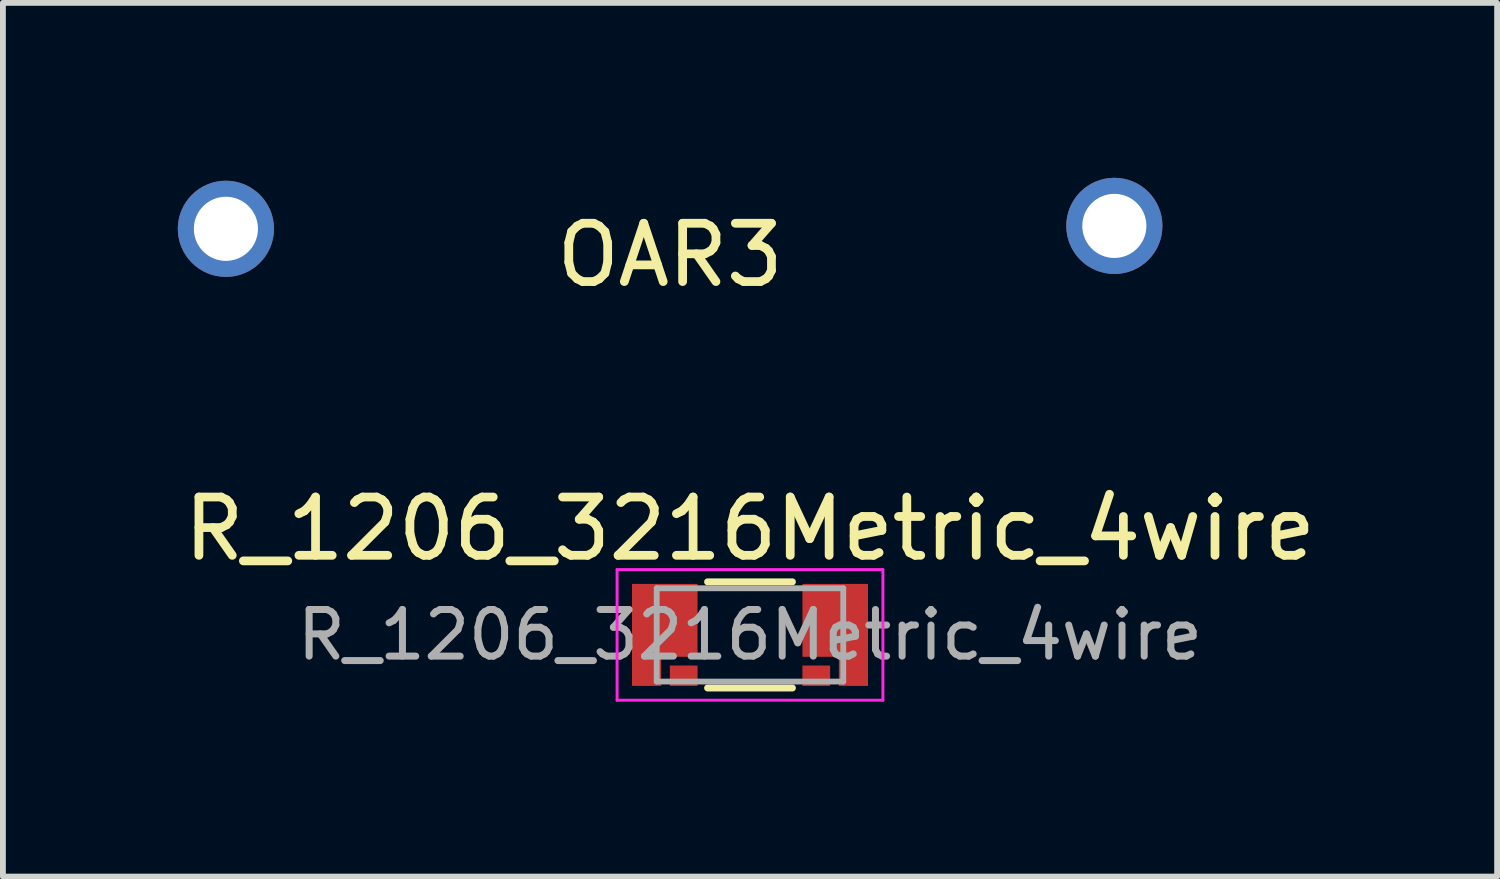
<source format=kicad_pcb>
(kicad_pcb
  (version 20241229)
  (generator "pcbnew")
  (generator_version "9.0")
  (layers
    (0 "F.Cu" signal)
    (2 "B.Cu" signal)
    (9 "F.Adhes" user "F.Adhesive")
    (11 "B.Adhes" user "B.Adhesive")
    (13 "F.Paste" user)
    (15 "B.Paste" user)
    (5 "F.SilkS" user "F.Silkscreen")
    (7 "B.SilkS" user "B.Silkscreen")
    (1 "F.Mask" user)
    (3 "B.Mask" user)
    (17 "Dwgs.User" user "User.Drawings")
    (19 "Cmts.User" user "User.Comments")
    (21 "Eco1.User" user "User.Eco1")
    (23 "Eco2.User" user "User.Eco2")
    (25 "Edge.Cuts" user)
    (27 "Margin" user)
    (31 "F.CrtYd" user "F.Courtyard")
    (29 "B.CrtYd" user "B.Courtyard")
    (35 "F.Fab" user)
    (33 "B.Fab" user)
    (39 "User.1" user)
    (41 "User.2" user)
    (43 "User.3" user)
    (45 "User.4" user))
  (footprint "OAR3"
    (layer "F.Cu")
    (at 8.445 0.825)
    (property "Reference" "OAR3" (at 0 0.5 0) (layer "F.SilkS") (effects (font (size 1 1) (thickness 0.15))))
    (attr through_hole)
    (pad "1" thru_hole circle (at -7.62 0.05) (size 1.65 1.65) (drill 1.1) (layers "*.Cu" "*.Mask"))
    (pad "2" thru_hole circle (at 7.62 0) (size 1.65 1.65) (drill 1.1) (layers "*.Cu" "*.Mask")))
  (footprint "R_1206_3216Metric_4wire"
    (layer "F.Cu")
    (at 9.815 7.841)
    (property "Reference" "R_1206_3216Metric_4wire" (at 0 -1.82 0) (layer "F.SilkS") (effects (font (size 1 1) (thickness 0.15))))
    (attr smd)
    (fp_line (start -0.727 -0.91) (end 0.727 -0.91) (stroke (width 0.12) (type solid)) (layer "F.SilkS"))
    (fp_line (start -0.727 0.91) (end 0.727 0.91) (stroke (width 0.12) (type solid)) (layer "F.SilkS"))
    (fp_line (start -2.28 -1.12) (end 2.28 -1.12) (stroke (width 0.05) (type solid)) (layer "F.CrtYd"))
    (fp_line (start -2.28 1.12) (end -2.28 -1.12) (stroke (width 0.05) (type solid)) (layer "F.CrtYd"))
    (fp_line (start 2.28 -1.12) (end 2.28 1.12) (stroke (width 0.05) (type solid)) (layer "F.CrtYd"))
    (fp_line (start 2.28 1.12) (end -2.28 1.12) (stroke (width 0.05) (type solid)) (layer "F.CrtYd"))
    (fp_line (start -1.6 -0.8) (end 1.6 -0.8) (stroke (width 0.1) (type solid)) (layer "F.Fab"))
    (fp_line (start -1.6 0.8) (end -1.6 -0.8) (stroke (width 0.1) (type solid)) (layer "F.Fab"))
    (fp_line (start 1.6 -0.8) (end 1.6 0.8) (stroke (width 0.1) (type solid)) (layer "F.Fab"))
    (fp_line (start 1.6 0.8) (end -1.6 0.8) (stroke (width 0.1) (type solid)) (layer "F.Fab"))
    (fp_text user "${REFERENCE}" (at 0 0 0) (layer "F.Fab") (effects (font (size 0.8 0.8) (thickness 0.12))))
    (pad "1" smd custom (at -1.462 0) (size 0.1 0.1) (layers "F.Cu" "F.Mask" "F.Paste") (options (anchor rect)) (primitives (gr_poly (pts (xy -0.562 -0.875) (xy -0.562 0.875) (xy -0.062 0.875) (xy -0.062 0.375) (xy 0.562 0.375) (xy 0.562 -0.875)) (width 0) (fill yes))))
    (pad "2" smd rect (at -1.137 0.7) (size 0.475 0.35) (layers "F.Cu" "F.Mask" "F.Paste"))
    (pad "3" smd rect (at 1.137 0.7) (size 0.475 0.35) (layers "F.Cu" "F.Mask" "F.Paste"))
    (pad "4" smd custom (at 1.462 0) (size 0.1 0.1) (layers "F.Cu" "F.Mask" "F.Paste") (options (anchor rect)) (primitives (gr_poly (pts (xy 0.562 -0.875) (xy 0.562 0.875) (xy 0.062 0.875) (xy 0.062 0.375) (xy -0.562 0.375) (xy -0.562 -0.875)) (width 0) (fill yes)))))
  (gr_rect
    (start -3 -3)
    (end 22.631 11.986)
    (stroke (width 0.1) (type default))
    (fill no)
    (layer "Edge.Cuts")))
</source>
